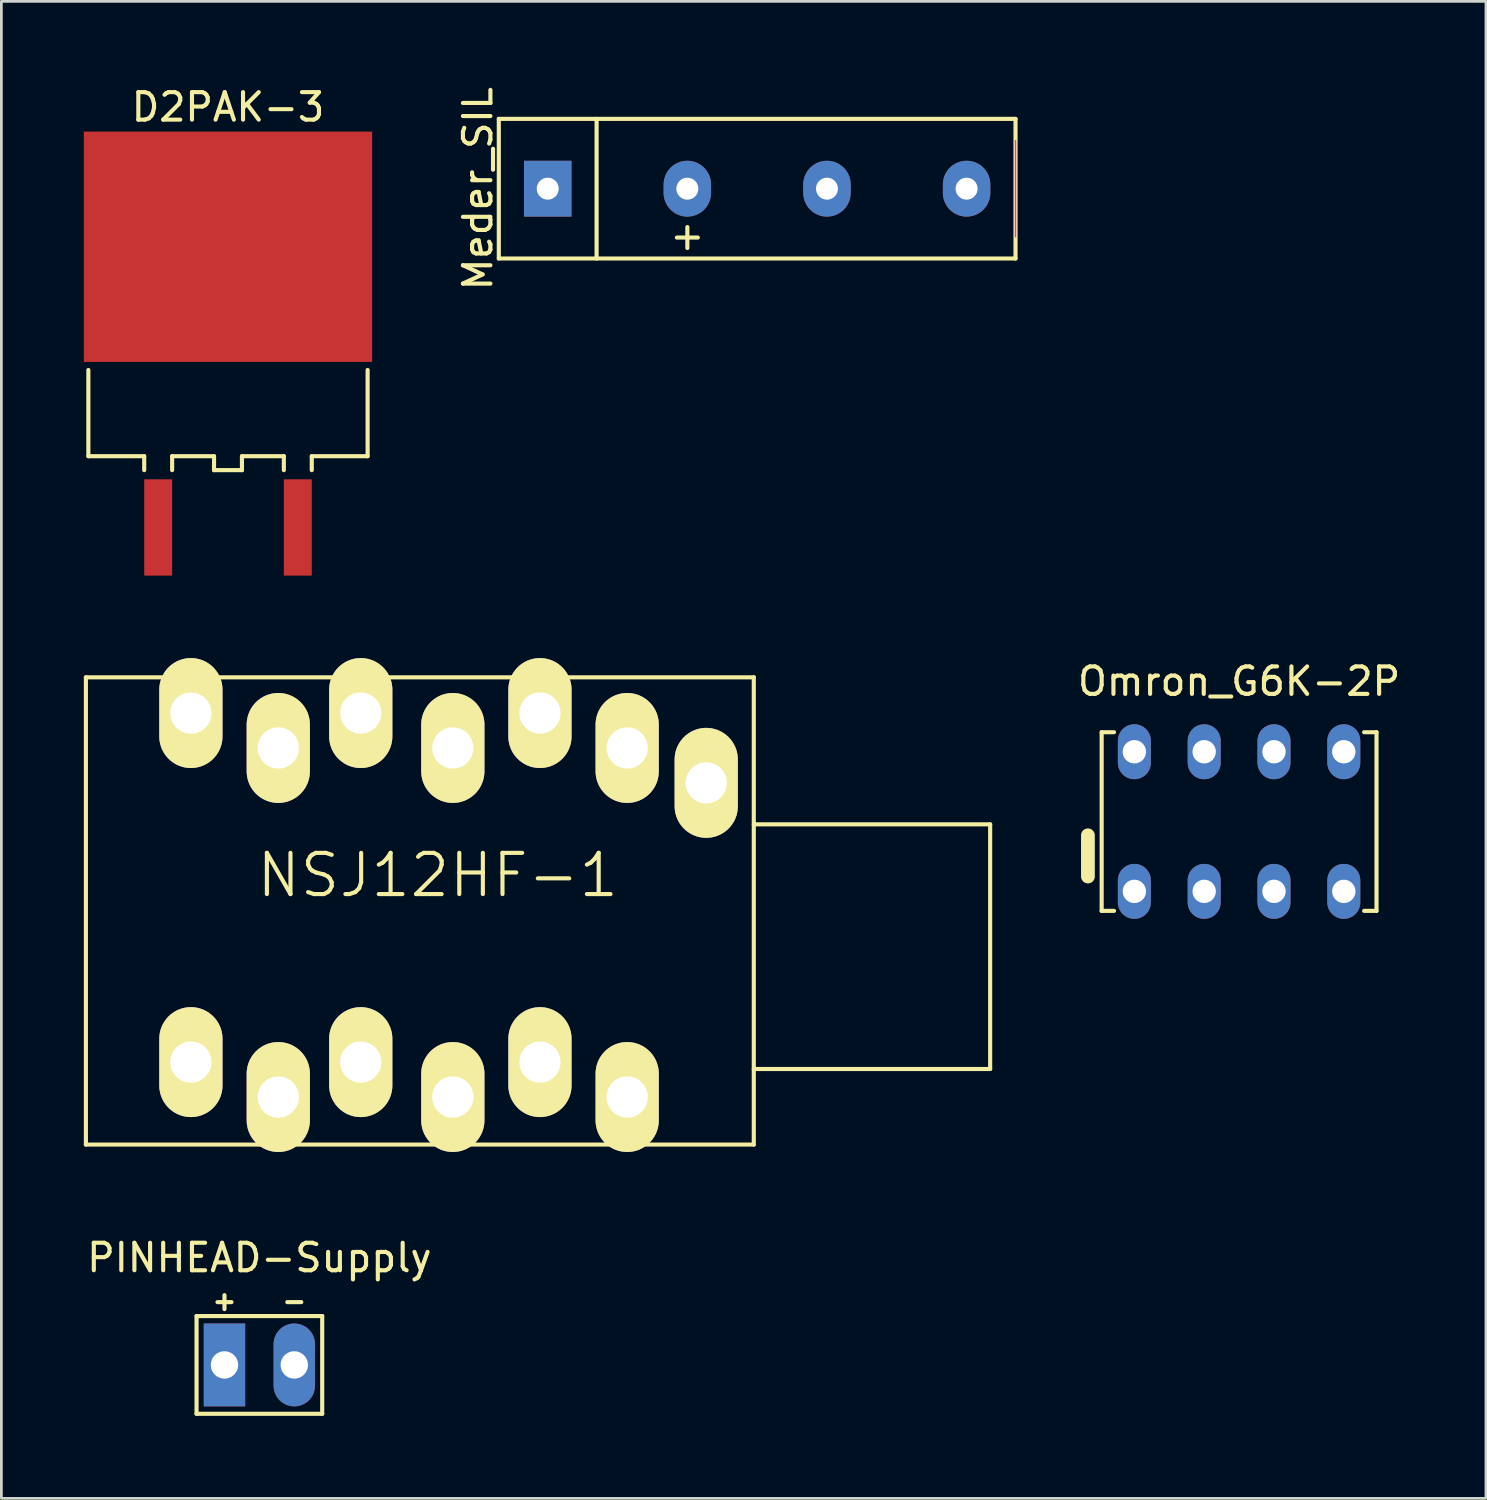
<source format=kicad_pcb>
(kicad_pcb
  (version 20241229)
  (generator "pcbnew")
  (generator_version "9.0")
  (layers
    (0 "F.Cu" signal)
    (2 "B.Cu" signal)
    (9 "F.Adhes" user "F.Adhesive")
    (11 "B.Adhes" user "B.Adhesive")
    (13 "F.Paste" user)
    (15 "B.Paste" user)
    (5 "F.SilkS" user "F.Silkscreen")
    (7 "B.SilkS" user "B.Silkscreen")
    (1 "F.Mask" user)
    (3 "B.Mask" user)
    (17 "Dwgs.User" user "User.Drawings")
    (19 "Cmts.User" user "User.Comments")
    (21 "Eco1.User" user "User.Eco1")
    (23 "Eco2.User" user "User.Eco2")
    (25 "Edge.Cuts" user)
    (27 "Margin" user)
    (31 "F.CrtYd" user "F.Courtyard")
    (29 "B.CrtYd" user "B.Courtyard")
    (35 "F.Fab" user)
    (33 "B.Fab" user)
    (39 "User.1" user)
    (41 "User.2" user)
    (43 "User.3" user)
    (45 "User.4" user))
  (footprint "PINHEAD-Supply"
    (layer "F.Cu")
    (at 6.387 46.611)
    (property "Reference" "PINHEAD-Supply" (at 0 -3.9 0) (layer "F.SilkS") (effects (font (size 1 1) (thickness 0.15))))
    (attr exclude_from_pos_files exclude_from_bom)
    (fp_line (start -2.286 -1.778) (end -2.286 1.778) (stroke (width 0.15) (type solid)) (layer "F.SilkS"))
    (fp_line (start -2.286 -1.778) (end 2.286 -1.778) (stroke (width 0.15) (type solid)) (layer "F.SilkS"))
    (fp_line (start -1.524 -2.286) (end -1.016 -2.286) (stroke (width 0.15) (type solid)) (layer "F.SilkS"))
    (fp_line (start -1.27 -2.54) (end -1.27 -2.032) (stroke (width 0.15) (type solid)) (layer "F.SilkS"))
    (fp_line (start 1.016 -2.286) (end 1.524 -2.286) (stroke (width 0.15) (type solid)) (layer "F.SilkS"))
    (fp_line (start 2.286 -1.778) (end 2.286 1.778) (stroke (width 0.15) (type solid)) (layer "F.SilkS"))
    (fp_line (start 2.286 1.778) (end -2.286 1.778) (stroke (width 0.15) (type solid)) (layer "F.SilkS"))
    (pad "1" thru_hole rect (at -1.27 0) (size 1.506 3.015) (drill 0.998) (layers "*.Cu" "*.Mask"))
    (pad "2" thru_hole oval (at 1.27 0) (size 1.506 3.015) (drill 0.998) (layers "*.Cu" "*.Mask")))
  (footprint "Meder_SIL"
    (layer "F.Cu")
    (at 24.498 3.815)
    (property "Reference" "Meder_SIL" (at -10.16 0 270) (layer "F.SilkS") (effects (font (size 1 1) (thickness 0.15))))
    (attr through_hole)
    (fp_line (start -9.4 -2.54) (end -9.4 2.54) (stroke (width 0.15) (type solid)) (layer "F.SilkS"))
    (fp_line (start -9.4 2.54) (end 9.4 2.54) (stroke (width 0.15) (type solid)) (layer "F.SilkS"))
    (fp_line (start -5.842 2.54) (end -5.842 -2.54) (stroke (width 0.15) (type solid)) (layer "F.SilkS"))
    (fp_line (start -2.921 1.778) (end -2.159 1.778) (stroke (width 0.15) (type solid)) (layer "F.SilkS"))
    (fp_line (start -2.54 1.397) (end -2.54 2.159) (stroke (width 0.15) (type solid)) (layer "F.SilkS"))
    (fp_line (start 9.4 -2.54) (end -9.4 -2.54) (stroke (width 0.15) (type solid)) (layer "F.SilkS"))
    (fp_line (start 9.4 -2.54) (end 9.4 2.54) (stroke (width 0.15) (type solid)) (layer "F.SilkS"))
    (fp_line (start 9.4 -1.75) (end 9.4 1.75) (stroke (width 0.05) (type solid)) (layer "F.CrtYd"))
    (pad "1" thru_hole rect (at -7.62 0) (size 1.727 2.032) (drill 0.8) (layers "*.Cu" "*.Mask"))
    (pad "2" thru_hole oval (at -2.54 0) (size 1.727 2.032) (drill 0.8) (layers "*.Cu" "*.Mask"))
    (pad "3" thru_hole oval (at 2.54 0) (size 1.727 2.032) (drill 0.8) (layers "*.Cu" "*.Mask"))
    (pad "4" thru_hole oval (at 7.62 0) (size 1.727 2.032) (drill 0.8) (layers "*.Cu" "*.Mask")))
  (footprint "Omron_G6K-2P"
    (layer "F.Cu")
    (at 42.032 26.841)
    (property "Reference" "Omron_G6K-2P" (at 0 -5.1 0) (layer "F.SilkS") (effects (font (size 1 1) (thickness 0.15))))
    (attr through_hole)
    (fp_line (start -5.5 2) (end -5.5 0.5) (stroke (width 0.5) (type solid)) (layer "F.SilkS"))
    (fp_line (start -5 -3.25) (end -5 3.25) (stroke (width 0.15) (type solid)) (layer "F.SilkS"))
    (fp_line (start -5 -3.25) (end -4.55 -3.25) (stroke (width 0.15) (type solid)) (layer "F.SilkS"))
    (fp_line (start -5 3.25) (end -4.55 3.25) (stroke (width 0.15) (type solid)) (layer "F.SilkS"))
    (fp_line (start 4.55 -3.25) (end 5 -3.25) (stroke (width 0.15) (type solid)) (layer "F.SilkS"))
    (fp_line (start 4.55 3.25) (end 5 3.25) (stroke (width 0.15) (type solid)) (layer "F.SilkS"))
    (fp_line (start 5 -3.25) (end 5 3.25) (stroke (width 0.15) (type solid)) (layer "F.SilkS"))
    (pad "1" thru_hole oval (at -3.81 2.54) (size 1.2 2) (drill 0.85) (layers "*.Cu" "*.Mask"))
    (pad "2" thru_hole oval (at -1.27 2.54) (size 1.2 2) (drill 0.85) (layers "*.Cu" "*.Mask"))
    (pad "3" thru_hole oval (at 1.27 2.54) (size 1.2 2) (drill 0.85) (layers "*.Cu" "*.Mask"))
    (pad "4" thru_hole oval (at 3.81 2.54) (size 1.2 2) (drill 0.85) (layers "*.Cu" "*.Mask"))
    (pad "5" thru_hole oval (at 3.81 -2.54) (size 1.2 2) (drill 0.85) (layers "*.Cu" "*.Mask"))
    (pad "6" thru_hole oval (at 1.27 -2.54) (size 1.2 2) (drill 0.85) (layers "*.Cu" "*.Mask"))
    (pad "7" thru_hole oval (at -1.27 -2.54) (size 1.2 2) (drill 0.85) (layers "*.Cu" "*.Mask"))
    (pad "8" thru_hole oval (at -3.81 -2.54) (size 1.2 2) (drill 0.85) (layers "*.Cu" "*.Mask")))
  (footprint "NSJ12HF-1"
    (layer "F.Cu")
    (at 24.375 31.393)
    (property "Reference" "NSJ12HF-1" (at -11.5 -2.6 0) (layer "F.SilkS") (effects (font (size 1.5 1.5) (thickness 0.15))))
    (attr through_hole)
    (fp_line (start -24.3 7.2) (end -24.3 -9.8) (stroke (width 0.15) (type solid)) (layer "F.SilkS"))
    (fp_line (start 0 -9.8) (end -24.3 -9.8) (stroke (width 0.15) (type solid)) (layer "F.SilkS"))
    (fp_line (start 0 -4.45) (end 8.6 -4.45) (stroke (width 0.15) (type solid)) (layer "F.SilkS"))
    (fp_line (start 0 4.45) (end 8.6 4.45) (stroke (width 0.15) (type solid)) (layer "F.SilkS"))
    (fp_line (start 0 7.2) (end -24.3 7.2) (stroke (width 0.15) (type solid)) (layer "F.SilkS"))
    (fp_line (start 0 7.2) (end 0 -9.8) (stroke (width 0.15) (type solid)) (layer "F.SilkS"))
    (fp_line (start 8.6 4.45) (end 8.6 -4.45) (stroke (width 0.15) (type solid)) (layer "F.SilkS"))
    (pad "1" thru_hole oval (at -1.73 -5.96) (size 2.3 4) (drill 1.5) (layers "*.Cu" "*.Mask" "F.SilkS"))
    (pad "2" thru_hole oval (at -4.606 -7.23) (size 2.3 4) (drill 1.5) (layers "*.Cu" "*.Mask" "F.SilkS"))
    (pad "3" thru_hole oval (at -7.78 -8.5) (size 2.3 4) (drill 1.5) (layers "*.Cu" "*.Mask" "F.SilkS"))
    (pad "4" thru_hole oval (at -10.95 -7.23) (size 2.3 4) (drill 1.5) (layers "*.Cu" "*.Mask" "F.SilkS"))
    (pad "5" thru_hole oval (at -14.3 -8.5) (size 2.3 4) (drill 1.5) (layers "*.Cu" "*.Mask" "F.SilkS"))
    (pad "6" thru_hole oval (at -17.3 -7.23) (size 2.3 4) (drill 1.5) (layers "*.Cu" "*.Mask" "F.SilkS"))
    (pad "7" thru_hole oval (at -20.48 -8.5) (size 2.3 4) (drill 1.5) (layers "*.Cu" "*.Mask" "F.SilkS"))
    (pad "8" thru_hole oval (at -20.48 4.2) (size 2.3 4) (drill 1.5) (layers "*.Cu" "*.Mask" "F.SilkS"))
    (pad "9" thru_hole oval (at -17.3 5.47) (size 2.3 4) (drill 1.5) (layers "*.Cu" "*.Mask" "F.SilkS"))
    (pad "10" thru_hole oval (at -14.3 4.2) (size 2.3 4) (drill 1.5) (layers "*.Cu" "*.Mask" "F.SilkS"))
    (pad "11" thru_hole oval (at -10.95 5.47) (size 2.3 4) (drill 1.5) (layers "*.Cu" "*.Mask" "F.SilkS"))
    (pad "12" thru_hole oval (at -7.78 4.2) (size 2.3 4) (drill 1.5) (layers "*.Cu" "*.Mask" "F.SilkS"))
    (pad "13" thru_hole oval (at -4.606 5.47) (size 2.3 4) (drill 1.5) (layers "*.Cu" "*.Mask" "F.SilkS")))
  (footprint "D2PAK-3"
    (layer "F.Cu")
    (at 5.245 5.928)
    (property "Reference" "D2PAK-3" (at 0 -5.08 0) (layer "F.SilkS") (effects (font (size 1 1) (thickness 0.15))))
    (attr through_hole)
    (fp_line (start -5.08 4.483) (end -5.08 7.62) (stroke (width 0.15) (type solid)) (layer "F.SilkS"))
    (fp_line (start -5.08 7.62) (end -3.048 7.62) (stroke (width 0.15) (type solid)) (layer "F.SilkS"))
    (fp_line (start -3.048 7.62) (end -3.048 8.128) (stroke (width 0.15) (type solid)) (layer "F.SilkS"))
    (fp_line (start -2.032 7.62) (end -0.508 7.62) (stroke (width 0.15) (type solid)) (layer "F.SilkS"))
    (fp_line (start -2.032 8.128) (end -2.032 7.62) (stroke (width 0.15) (type solid)) (layer "F.SilkS"))
    (fp_line (start -0.508 7.62) (end -0.508 8.128) (stroke (width 0.15) (type solid)) (layer "F.SilkS"))
    (fp_line (start -0.508 8.128) (end 0.508 8.128) (stroke (width 0.15) (type solid)) (layer "F.SilkS"))
    (fp_line (start 0.508 7.62) (end 2.032 7.62) (stroke (width 0.15) (type solid)) (layer "F.SilkS"))
    (fp_line (start 0.508 8.128) (end 0.508 7.62) (stroke (width 0.15) (type solid)) (layer "F.SilkS"))
    (fp_line (start 2.032 7.62) (end 2.032 8.128) (stroke (width 0.15) (type solid)) (layer "F.SilkS"))
    (fp_line (start 3.048 7.62) (end 5.08 7.62) (stroke (width 0.15) (type solid)) (layer "F.SilkS"))
    (fp_line (start 3.048 8.128) (end 3.048 7.62) (stroke (width 0.15) (type solid)) (layer "F.SilkS"))
    (fp_line (start 5.08 4.483) (end 5.08 7.62) (stroke (width 0.15) (type solid)) (layer "F.SilkS"))
    (pad "1" smd rect (at -2.54 10.213) (size 1.016 3.504) (layers "F.Cu" "F.Mask" "F.Paste"))
    (pad "2" smd rect (at 0 0) (size 10.49 8.38) (layers "F.Cu" "F.Mask" "F.Paste"))
    (pad "3" smd rect (at 2.54 10.213) (size 1.016 3.504) (layers "F.Cu" "F.Mask" "F.Paste")))
  (gr_rect
    (start -3 -3)
    (end 51.014 51.465)
    (stroke (width 0.1) (type default))
    (fill no)
    (layer "Edge.Cuts")))
</source>
